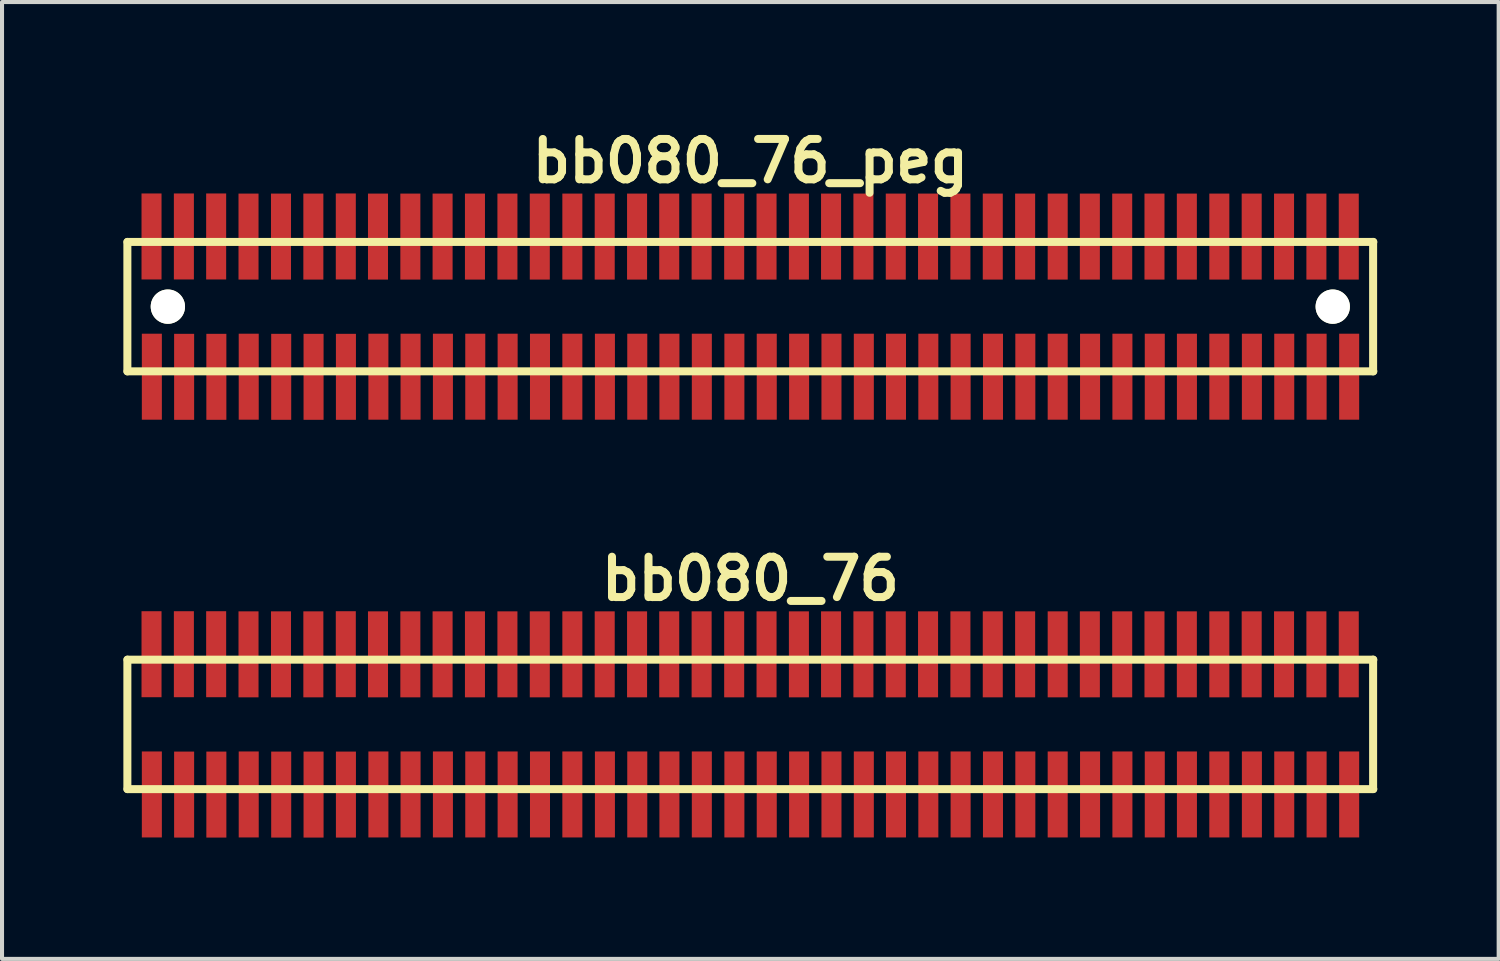
<source format=kicad_pcb>
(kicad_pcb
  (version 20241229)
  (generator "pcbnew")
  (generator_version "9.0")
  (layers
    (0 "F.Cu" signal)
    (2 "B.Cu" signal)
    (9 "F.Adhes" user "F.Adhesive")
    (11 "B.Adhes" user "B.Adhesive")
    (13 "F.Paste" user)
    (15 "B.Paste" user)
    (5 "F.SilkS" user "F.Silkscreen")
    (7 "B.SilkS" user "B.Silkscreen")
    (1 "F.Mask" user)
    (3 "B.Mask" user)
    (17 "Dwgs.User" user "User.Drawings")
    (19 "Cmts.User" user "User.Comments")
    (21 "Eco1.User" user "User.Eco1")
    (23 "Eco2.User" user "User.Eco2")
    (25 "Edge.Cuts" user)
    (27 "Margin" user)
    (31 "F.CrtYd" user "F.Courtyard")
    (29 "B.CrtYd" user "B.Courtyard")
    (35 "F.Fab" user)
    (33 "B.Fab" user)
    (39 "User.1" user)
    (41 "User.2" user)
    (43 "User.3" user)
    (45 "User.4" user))
  (footprint "bb080_76_peg"
    (layer "F.Cu")
    (at 15.502 4.531)
    (property "Reference" "bb080_76_peg" (at 0 -3.599 0) (layer "F.SilkS") (effects (font (size 0.998 0.998) (thickness 0.198))))
    (attr through_hole)
    (fp_line (start -15.403 -1.6) (end -15.403 1.6) (stroke (width 0.198) (type solid)) (layer "F.SilkS"))
    (fp_line (start -15.4 1.6) (end 15.4 1.6) (stroke (width 0.198) (type solid)) (layer "F.SilkS"))
    (fp_line (start 15.395 1.6) (end 15.395 -1.6) (stroke (width 0.198) (type solid)) (layer "F.SilkS"))
    (fp_line (start 15.4 -1.6) (end -15.4 -1.6) (stroke (width 0.198) (type solid)) (layer "F.SilkS"))
    (pad "" np_thru_hole circle (at -14.402 0) (size 0.848 0.848) (drill 0.848) (layers "*.Cu" "*.Mask" "F.SilkS"))
    (pad "" np_thru_hole circle (at 14.397 0) (size 0.848 0.848) (drill 0.848) (layers "*.Cu" "*.Mask" "F.SilkS"))
    (pad "1" smd rect (at -14.798 1.732) (size 0.495 2.126) (layers "F.Cu" "F.Mask" "F.Paste"))
    (pad "2" smd rect (at -14.806 -1.735) (size 0.495 2.126) (layers "F.Cu" "F.Mask" "F.Paste"))
    (pad "3" smd rect (at -14 1.735) (size 0.495 2.126) (layers "F.Cu" "F.Mask" "F.Paste"))
    (pad "4" smd rect (at -14.006 -1.735) (size 0.495 2.126) (layers "F.Cu" "F.Mask" "F.Paste"))
    (pad "5" smd rect (at -13.203 1.735) (size 0.495 2.126) (layers "F.Cu" "F.Mask" "F.Paste"))
    (pad "6" smd rect (at -13.208 -1.735) (size 0.495 2.126) (layers "F.Cu" "F.Mask" "F.Paste"))
    (pad "7" smd rect (at -12.403 1.732) (size 0.495 2.126) (layers "F.Cu" "F.Mask" "F.Paste"))
    (pad "8" smd rect (at -12.408 -1.732) (size 0.495 2.126) (layers "F.Cu" "F.Mask" "F.Paste"))
    (pad "9" smd rect (at -11.6 1.735) (size 0.495 2.126) (layers "F.Cu" "F.Mask" "F.Paste"))
    (pad "10" smd rect (at -11.605 -1.732) (size 0.495 2.126) (layers "F.Cu" "F.Mask" "F.Paste"))
    (pad "11" smd rect (at -10.8 1.735) (size 0.495 2.126) (layers "F.Cu" "F.Mask" "F.Paste"))
    (pad "12" smd rect (at -10.805 -1.732) (size 0.495 2.126) (layers "F.Cu" "F.Mask" "F.Paste"))
    (pad "13" smd rect (at -10 1.735) (size 0.495 2.126) (layers "F.Cu" "F.Mask" "F.Paste"))
    (pad "14" smd rect (at -10.003 -1.735) (size 0.495 2.126) (layers "F.Cu" "F.Mask" "F.Paste"))
    (pad "15" smd rect (at -9.197 1.732) (size 0.495 2.126) (layers "F.Cu" "F.Mask" "F.Paste"))
    (pad "16" smd rect (at -9.207 -1.732) (size 0.495 2.126) (layers "F.Cu" "F.Mask" "F.Paste"))
    (pad "17" smd rect (at -8.402 1.732) (size 0.495 2.126) (layers "F.Cu" "F.Mask" "F.Paste"))
    (pad "18" smd rect (at -8.407 -1.732) (size 0.495 2.126) (layers "F.Cu" "F.Mask" "F.Paste"))
    (pad "19" smd rect (at -7.602 1.732) (size 0.495 2.126) (layers "F.Cu" "F.Mask" "F.Paste"))
    (pad "20" smd rect (at -7.61 -1.732) (size 0.495 2.126) (layers "F.Cu" "F.Mask" "F.Paste"))
    (pad "21" smd rect (at -6.802 1.732) (size 0.495 2.126) (layers "F.Cu" "F.Mask" "F.Paste"))
    (pad "22" smd rect (at -6.81 -1.732) (size 0.495 2.126) (layers "F.Cu" "F.Mask" "F.Paste"))
    (pad "23" smd rect (at -6.002 1.732) (size 0.495 2.126) (layers "F.Cu" "F.Mask" "F.Paste"))
    (pad "24" smd rect (at -6.007 -1.732) (size 0.495 2.126) (layers "F.Cu" "F.Mask" "F.Paste"))
    (pad "25" smd rect (at -5.202 1.732) (size 0.495 2.126) (layers "F.Cu" "F.Mask" "F.Paste"))
    (pad "26" smd rect (at -5.207 -1.732) (size 0.495 2.126) (layers "F.Cu" "F.Mask" "F.Paste"))
    (pad "27" smd rect (at -4.402 1.732) (size 0.495 2.126) (layers "F.Cu" "F.Mask" "F.Paste"))
    (pad "28" smd rect (at -4.402 -1.732) (size 0.495 2.126) (layers "F.Cu" "F.Mask" "F.Paste"))
    (pad "29" smd rect (at -3.597 1.732) (size 0.495 2.126) (layers "F.Cu" "F.Mask" "F.Paste"))
    (pad "30" smd rect (at -3.602 -1.732) (size 0.495 2.126) (layers "F.Cu" "F.Mask" "F.Paste"))
    (pad "31" smd rect (at -2.797 1.732) (size 0.495 2.126) (layers "F.Cu" "F.Mask" "F.Paste"))
    (pad "32" smd rect (at -2.802 -1.732) (size 0.495 2.126) (layers "F.Cu" "F.Mask" "F.Paste"))
    (pad "33" smd rect (at -2.002 1.732) (size 0.495 2.126) (layers "F.Cu" "F.Mask" "F.Paste"))
    (pad "34" smd rect (at -2.007 -1.732) (size 0.495 2.126) (layers "F.Cu" "F.Mask" "F.Paste"))
    (pad "35" smd rect (at -1.201 1.732) (size 0.495 2.126) (layers "F.Cu" "F.Mask" "F.Paste"))
    (pad "36" smd rect (at -1.206 -1.732) (size 0.495 2.126) (layers "F.Cu" "F.Mask" "F.Paste"))
    (pad "37" smd rect (at -0.396 1.732) (size 0.495 2.126) (layers "F.Cu" "F.Mask" "F.Paste"))
    (pad "38" smd rect (at -0.401 -1.732) (size 0.495 2.126) (layers "F.Cu" "F.Mask" "F.Paste"))
    (pad "39" smd rect (at 0.404 1.732) (size 0.495 2.126) (layers "F.Cu" "F.Mask" "F.Paste"))
    (pad "40" smd rect (at 0.399 -1.732) (size 0.495 2.126) (layers "F.Cu" "F.Mask" "F.Paste"))
    (pad "41" smd rect (at 1.204 1.732) (size 0.495 2.126) (layers "F.Cu" "F.Mask" "F.Paste"))
    (pad "42" smd rect (at 1.199 -1.732) (size 0.495 2.126) (layers "F.Cu" "F.Mask" "F.Paste"))
    (pad "43" smd rect (at 2.004 1.732) (size 0.495 2.126) (layers "F.Cu" "F.Mask" "F.Paste"))
    (pad "44" smd rect (at 1.994 -1.732) (size 0.495 2.126) (layers "F.Cu" "F.Mask" "F.Paste"))
    (pad "45" smd rect (at 2.804 1.732) (size 0.495 2.126) (layers "F.Cu" "F.Mask" "F.Paste"))
    (pad "46" smd rect (at 2.794 -1.732) (size 0.495 2.126) (layers "F.Cu" "F.Mask" "F.Paste"))
    (pad "47" smd rect (at 3.599 1.732) (size 0.495 2.126) (layers "F.Cu" "F.Mask" "F.Paste"))
    (pad "48" smd rect (at 3.594 -1.732) (size 0.495 2.126) (layers "F.Cu" "F.Mask" "F.Paste"))
    (pad "49" smd rect (at 4.399 1.732) (size 0.495 2.126) (layers "F.Cu" "F.Mask" "F.Paste"))
    (pad "50" smd rect (at 4.392 -1.732) (size 0.495 2.126) (layers "F.Cu" "F.Mask" "F.Paste"))
    (pad "51" smd rect (at 5.197 1.732) (size 0.495 2.126) (layers "F.Cu" "F.Mask" "F.Paste"))
    (pad "52" smd rect (at 5.192 -1.732) (size 0.495 2.126) (layers "F.Cu" "F.Mask" "F.Paste"))
    (pad "53" smd rect (at 5.997 1.732) (size 0.495 2.126) (layers "F.Cu" "F.Mask" "F.Paste"))
    (pad "54" smd rect (at 5.992 -1.732) (size 0.495 2.126) (layers "F.Cu" "F.Mask" "F.Paste"))
    (pad "55" smd rect (at 6.797 1.732) (size 0.495 2.126) (layers "F.Cu" "F.Mask" "F.Paste"))
    (pad "56" smd rect (at 6.792 -1.732) (size 0.495 2.126) (layers "F.Cu" "F.Mask" "F.Paste"))
    (pad "57" smd rect (at 7.597 1.732) (size 0.495 2.126) (layers "F.Cu" "F.Mask" "F.Paste"))
    (pad "58" smd rect (at 7.597 -1.732) (size 0.495 2.126) (layers "F.Cu" "F.Mask" "F.Paste"))
    (pad "59" smd rect (at 8.397 1.732) (size 0.495 2.126) (layers "F.Cu" "F.Mask" "F.Paste"))
    (pad "60" smd rect (at 8.392 -1.732) (size 0.495 2.126) (layers "F.Cu" "F.Mask" "F.Paste"))
    (pad "61" smd rect (at 9.197 1.732) (size 0.495 2.126) (layers "F.Cu" "F.Mask" "F.Paste"))
    (pad "62" smd rect (at 9.192 -1.732) (size 0.495 2.126) (layers "F.Cu" "F.Mask" "F.Paste"))
    (pad "63" smd rect (at 9.997 1.732) (size 0.495 2.126) (layers "F.Cu" "F.Mask" "F.Paste"))
    (pad "64" smd rect (at 9.99 -1.732) (size 0.495 2.126) (layers "F.Cu" "F.Mask" "F.Paste"))
    (pad "65" smd rect (at 10.792 1.732) (size 0.495 2.126) (layers "F.Cu" "F.Mask" "F.Paste"))
    (pad "66" smd rect (at 10.79 -1.732) (size 0.495 2.126) (layers "F.Cu" "F.Mask" "F.Paste"))
    (pad "67" smd rect (at 11.593 1.732) (size 0.495 2.126) (layers "F.Cu" "F.Mask" "F.Paste"))
    (pad "68" smd rect (at 11.593 -1.732) (size 0.495 2.126) (layers "F.Cu" "F.Mask" "F.Paste"))
    (pad "69" smd rect (at 12.398 1.732) (size 0.495 2.126) (layers "F.Cu" "F.Mask" "F.Paste"))
    (pad "70" smd rect (at 12.393 -1.732) (size 0.495 2.126) (layers "F.Cu" "F.Mask" "F.Paste"))
    (pad "71" smd rect (at 13.198 1.732) (size 0.495 2.126) (layers "F.Cu" "F.Mask" "F.Paste"))
    (pad "72" smd rect (at 13.193 -1.732) (size 0.495 2.126) (layers "F.Cu" "F.Mask" "F.Paste"))
    (pad "73" smd rect (at 13.998 1.732) (size 0.495 2.126) (layers "F.Cu" "F.Mask" "F.Paste"))
    (pad "74" smd rect (at 13.993 -1.732) (size 0.495 2.126) (layers "F.Cu" "F.Mask" "F.Paste"))
    (pad "75" smd rect (at 14.803 1.732) (size 0.495 2.126) (layers "F.Cu" "F.Mask" "F.Paste"))
    (pad "76" smd rect (at 14.793 -1.732) (size 0.495 2.126) (layers "F.Cu" "F.Mask" "F.Paste")))
  (footprint "bb080_76"
    (layer "F.Cu")
    (at 15.502 14.859)
    (property "Reference" "bb080_76" (at 0 -3.599 0) (layer "F.SilkS") (effects (font (size 0.998 0.998) (thickness 0.198))))
    (attr through_hole)
    (fp_line (start -15.403 -1.6) (end -15.403 1.6) (stroke (width 0.198) (type solid)) (layer "F.SilkS"))
    (fp_line (start -15.4 1.6) (end 15.4 1.6) (stroke (width 0.198) (type solid)) (layer "F.SilkS"))
    (fp_line (start 15.395 1.6) (end 15.395 -1.6) (stroke (width 0.198) (type solid)) (layer "F.SilkS"))
    (fp_line (start 15.4 -1.6) (end -15.4 -1.6) (stroke (width 0.198) (type solid)) (layer "F.SilkS"))
    (pad "1" smd rect (at -14.798 1.732) (size 0.495 2.126) (layers "F.Cu" "F.Mask" "F.Paste"))
    (pad "2" smd rect (at -14.806 -1.735) (size 0.495 2.126) (layers "F.Cu" "F.Mask" "F.Paste"))
    (pad "3" smd rect (at -14 1.735) (size 0.495 2.126) (layers "F.Cu" "F.Mask" "F.Paste"))
    (pad "4" smd rect (at -14.006 -1.735) (size 0.495 2.126) (layers "F.Cu" "F.Mask" "F.Paste"))
    (pad "5" smd rect (at -13.203 1.735) (size 0.495 2.126) (layers "F.Cu" "F.Mask" "F.Paste"))
    (pad "6" smd rect (at -13.208 -1.735) (size 0.495 2.126) (layers "F.Cu" "F.Mask" "F.Paste"))
    (pad "7" smd rect (at -12.403 1.732) (size 0.495 2.126) (layers "F.Cu" "F.Mask" "F.Paste"))
    (pad "8" smd rect (at -12.408 -1.732) (size 0.495 2.126) (layers "F.Cu" "F.Mask" "F.Paste"))
    (pad "9" smd rect (at -11.6 1.735) (size 0.495 2.126) (layers "F.Cu" "F.Mask" "F.Paste"))
    (pad "10" smd rect (at -11.605 -1.732) (size 0.495 2.126) (layers "F.Cu" "F.Mask" "F.Paste"))
    (pad "11" smd rect (at -10.8 1.735) (size 0.495 2.126) (layers "F.Cu" "F.Mask" "F.Paste"))
    (pad "12" smd rect (at -10.805 -1.732) (size 0.495 2.126) (layers "F.Cu" "F.Mask" "F.Paste"))
    (pad "13" smd rect (at -10 1.735) (size 0.495 2.126) (layers "F.Cu" "F.Mask" "F.Paste"))
    (pad "14" smd rect (at -10.003 -1.735) (size 0.495 2.126) (layers "F.Cu" "F.Mask" "F.Paste"))
    (pad "15" smd rect (at -9.197 1.732) (size 0.495 2.126) (layers "F.Cu" "F.Mask" "F.Paste"))
    (pad "16" smd rect (at -9.207 -1.732) (size 0.495 2.126) (layers "F.Cu" "F.Mask" "F.Paste"))
    (pad "17" smd rect (at -8.402 1.732) (size 0.495 2.126) (layers "F.Cu" "F.Mask" "F.Paste"))
    (pad "18" smd rect (at -8.407 -1.732) (size 0.495 2.126) (layers "F.Cu" "F.Mask" "F.Paste"))
    (pad "19" smd rect (at -7.602 1.732) (size 0.495 2.126) (layers "F.Cu" "F.Mask" "F.Paste"))
    (pad "20" smd rect (at -7.61 -1.732) (size 0.495 2.126) (layers "F.Cu" "F.Mask" "F.Paste"))
    (pad "21" smd rect (at -6.802 1.732) (size 0.495 2.126) (layers "F.Cu" "F.Mask" "F.Paste"))
    (pad "22" smd rect (at -6.81 -1.732) (size 0.495 2.126) (layers "F.Cu" "F.Mask" "F.Paste"))
    (pad "23" smd rect (at -6.002 1.732) (size 0.495 2.126) (layers "F.Cu" "F.Mask" "F.Paste"))
    (pad "24" smd rect (at -6.007 -1.732) (size 0.495 2.126) (layers "F.Cu" "F.Mask" "F.Paste"))
    (pad "25" smd rect (at -5.202 1.732) (size 0.495 2.126) (layers "F.Cu" "F.Mask" "F.Paste"))
    (pad "26" smd rect (at -5.207 -1.732) (size 0.495 2.126) (layers "F.Cu" "F.Mask" "F.Paste"))
    (pad "27" smd rect (at -4.402 1.732) (size 0.495 2.126) (layers "F.Cu" "F.Mask" "F.Paste"))
    (pad "28" smd rect (at -4.402 -1.732) (size 0.495 2.126) (layers "F.Cu" "F.Mask" "F.Paste"))
    (pad "29" smd rect (at -3.597 1.732) (size 0.495 2.126) (layers "F.Cu" "F.Mask" "F.Paste"))
    (pad "30" smd rect (at -3.602 -1.732) (size 0.495 2.126) (layers "F.Cu" "F.Mask" "F.Paste"))
    (pad "31" smd rect (at -2.797 1.732) (size 0.495 2.126) (layers "F.Cu" "F.Mask" "F.Paste"))
    (pad "32" smd rect (at -2.802 -1.732) (size 0.495 2.126) (layers "F.Cu" "F.Mask" "F.Paste"))
    (pad "33" smd rect (at -2.002 1.732) (size 0.495 2.126) (layers "F.Cu" "F.Mask" "F.Paste"))
    (pad "34" smd rect (at -2.007 -1.732) (size 0.495 2.126) (layers "F.Cu" "F.Mask" "F.Paste"))
    (pad "35" smd rect (at -1.201 1.732) (size 0.495 2.126) (layers "F.Cu" "F.Mask" "F.Paste"))
    (pad "36" smd rect (at -1.206 -1.732) (size 0.495 2.126) (layers "F.Cu" "F.Mask" "F.Paste"))
    (pad "37" smd rect (at -0.396 1.732) (size 0.495 2.126) (layers "F.Cu" "F.Mask" "F.Paste"))
    (pad "38" smd rect (at -0.401 -1.732) (size 0.495 2.126) (layers "F.Cu" "F.Mask" "F.Paste"))
    (pad "39" smd rect (at 0.404 1.732) (size 0.495 2.126) (layers "F.Cu" "F.Mask" "F.Paste"))
    (pad "40" smd rect (at 0.399 -1.732) (size 0.495 2.126) (layers "F.Cu" "F.Mask" "F.Paste"))
    (pad "41" smd rect (at 1.204 1.732) (size 0.495 2.126) (layers "F.Cu" "F.Mask" "F.Paste"))
    (pad "42" smd rect (at 1.199 -1.732) (size 0.495 2.126) (layers "F.Cu" "F.Mask" "F.Paste"))
    (pad "43" smd rect (at 2.004 1.732) (size 0.495 2.126) (layers "F.Cu" "F.Mask" "F.Paste"))
    (pad "44" smd rect (at 1.994 -1.732) (size 0.495 2.126) (layers "F.Cu" "F.Mask" "F.Paste"))
    (pad "45" smd rect (at 2.804 1.732) (size 0.495 2.126) (layers "F.Cu" "F.Mask" "F.Paste"))
    (pad "46" smd rect (at 2.794 -1.732) (size 0.495 2.126) (layers "F.Cu" "F.Mask" "F.Paste"))
    (pad "47" smd rect (at 3.599 1.732) (size 0.495 2.126) (layers "F.Cu" "F.Mask" "F.Paste"))
    (pad "48" smd rect (at 3.594 -1.732) (size 0.495 2.126) (layers "F.Cu" "F.Mask" "F.Paste"))
    (pad "49" smd rect (at 4.399 1.732) (size 0.495 2.126) (layers "F.Cu" "F.Mask" "F.Paste"))
    (pad "50" smd rect (at 4.392 -1.732) (size 0.495 2.126) (layers "F.Cu" "F.Mask" "F.Paste"))
    (pad "51" smd rect (at 5.197 1.732) (size 0.495 2.126) (layers "F.Cu" "F.Mask" "F.Paste"))
    (pad "52" smd rect (at 5.192 -1.732) (size 0.495 2.126) (layers "F.Cu" "F.Mask" "F.Paste"))
    (pad "53" smd rect (at 5.997 1.732) (size 0.495 2.126) (layers "F.Cu" "F.Mask" "F.Paste"))
    (pad "54" smd rect (at 5.992 -1.732) (size 0.495 2.126) (layers "F.Cu" "F.Mask" "F.Paste"))
    (pad "55" smd rect (at 6.797 1.732) (size 0.495 2.126) (layers "F.Cu" "F.Mask" "F.Paste"))
    (pad "56" smd rect (at 6.792 -1.732) (size 0.495 2.126) (layers "F.Cu" "F.Mask" "F.Paste"))
    (pad "57" smd rect (at 7.597 1.732) (size 0.495 2.126) (layers "F.Cu" "F.Mask" "F.Paste"))
    (pad "58" smd rect (at 7.597 -1.732) (size 0.495 2.126) (layers "F.Cu" "F.Mask" "F.Paste"))
    (pad "59" smd rect (at 8.397 1.732) (size 0.495 2.126) (layers "F.Cu" "F.Mask" "F.Paste"))
    (pad "60" smd rect (at 8.392 -1.732) (size 0.495 2.126) (layers "F.Cu" "F.Mask" "F.Paste"))
    (pad "61" smd rect (at 9.197 1.732) (size 0.495 2.126) (layers "F.Cu" "F.Mask" "F.Paste"))
    (pad "62" smd rect (at 9.192 -1.732) (size 0.495 2.126) (layers "F.Cu" "F.Mask" "F.Paste"))
    (pad "63" smd rect (at 9.997 1.732) (size 0.495 2.126) (layers "F.Cu" "F.Mask" "F.Paste"))
    (pad "64" smd rect (at 9.99 -1.732) (size 0.495 2.126) (layers "F.Cu" "F.Mask" "F.Paste"))
    (pad "65" smd rect (at 10.792 1.732) (size 0.495 2.126) (layers "F.Cu" "F.Mask" "F.Paste"))
    (pad "66" smd rect (at 10.79 -1.732) (size 0.495 2.126) (layers "F.Cu" "F.Mask" "F.Paste"))
    (pad "67" smd rect (at 11.593 1.732) (size 0.495 2.126) (layers "F.Cu" "F.Mask" "F.Paste"))
    (pad "68" smd rect (at 11.593 -1.732) (size 0.495 2.126) (layers "F.Cu" "F.Mask" "F.Paste"))
    (pad "69" smd rect (at 12.398 1.732) (size 0.495 2.126) (layers "F.Cu" "F.Mask" "F.Paste"))
    (pad "70" smd rect (at 12.393 -1.732) (size 0.495 2.126) (layers "F.Cu" "F.Mask" "F.Paste"))
    (pad "71" smd rect (at 13.198 1.732) (size 0.495 2.126) (layers "F.Cu" "F.Mask" "F.Paste"))
    (pad "72" smd rect (at 13.193 -1.732) (size 0.495 2.126) (layers "F.Cu" "F.Mask" "F.Paste"))
    (pad "73" smd rect (at 13.998 1.732) (size 0.495 2.126) (layers "F.Cu" "F.Mask" "F.Paste"))
    (pad "74" smd rect (at 13.993 -1.732) (size 0.495 2.126) (layers "F.Cu" "F.Mask" "F.Paste"))
    (pad "75" smd rect (at 14.803 1.732) (size 0.495 2.126) (layers "F.Cu" "F.Mask" "F.Paste"))
    (pad "76" smd rect (at 14.793 -1.732) (size 0.495 2.126) (layers "F.Cu" "F.Mask" "F.Paste")))
  (gr_rect
    (start -3 -3)
    (end 34.001 20.657)
    (stroke (width 0.1) (type default))
    (fill no)
    (layer "Edge.Cuts")))
</source>
